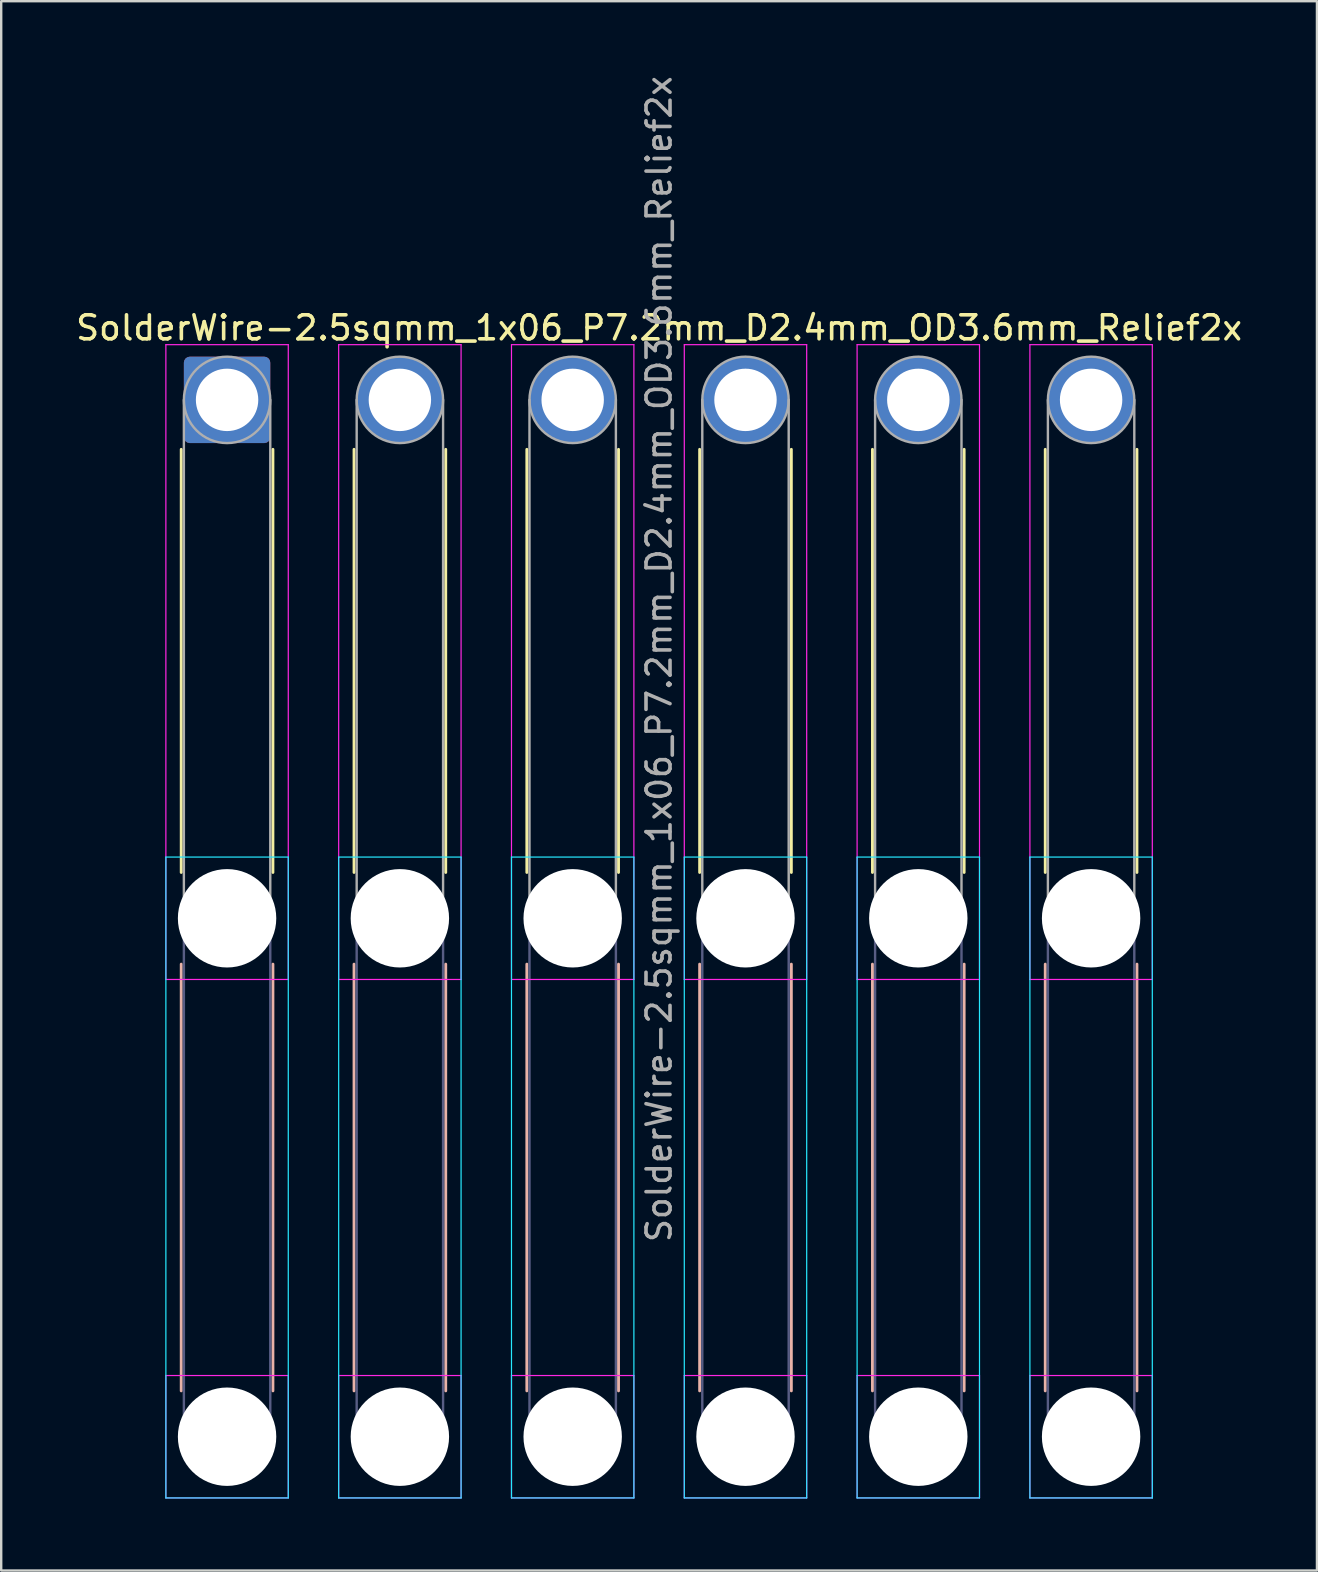
<source format=kicad_pcb>
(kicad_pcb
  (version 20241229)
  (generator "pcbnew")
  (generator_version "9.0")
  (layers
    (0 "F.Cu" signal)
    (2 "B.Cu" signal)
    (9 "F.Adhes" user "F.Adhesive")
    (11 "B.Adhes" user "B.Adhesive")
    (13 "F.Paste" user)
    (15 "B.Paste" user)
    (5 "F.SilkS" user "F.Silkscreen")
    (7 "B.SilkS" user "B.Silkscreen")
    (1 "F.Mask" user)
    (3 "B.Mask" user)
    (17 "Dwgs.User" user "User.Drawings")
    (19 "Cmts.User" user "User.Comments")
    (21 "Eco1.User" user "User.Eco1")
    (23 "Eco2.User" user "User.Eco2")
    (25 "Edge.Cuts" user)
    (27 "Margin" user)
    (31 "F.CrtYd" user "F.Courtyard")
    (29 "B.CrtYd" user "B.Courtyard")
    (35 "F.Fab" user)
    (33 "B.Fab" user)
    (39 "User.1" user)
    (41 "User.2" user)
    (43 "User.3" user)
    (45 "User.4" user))
  (footprint "SolderWire-2.5sqmm_1x06_P7.2mm_D2.4mm_OD3.6mm_Relief2x"
    (layer "F.Cu")
    (at 6.411 13.611)
    (property "Reference" "SolderWire-2.5sqmm_1x06_P7.2mm_D2.4mm_OD3.6mm_Relief2x" (at 18 -3 0) (layer "F.SilkS") (effects (font (size 1 1) (thickness 0.15))))
    (attr exclude_from_pos_files exclude_from_bom)
    (fp_line (start -1.91 2.06) (end -1.91 19.69) (stroke (width 0.12) (type solid)) (layer "F.SilkS"))
    (fp_line (start 1.91 2.06) (end 1.91 19.69) (stroke (width 0.12) (type solid)) (layer "F.SilkS"))
    (fp_line (start 5.29 2.06) (end 5.29 19.69) (stroke (width 0.12) (type solid)) (layer "F.SilkS"))
    (fp_line (start 9.11 2.06) (end 9.11 19.69) (stroke (width 0.12) (type solid)) (layer "F.SilkS"))
    (fp_line (start 12.49 2.06) (end 12.49 19.69) (stroke (width 0.12) (type solid)) (layer "F.SilkS"))
    (fp_line (start 16.31 2.06) (end 16.31 19.69) (stroke (width 0.12) (type solid)) (layer "F.SilkS"))
    (fp_line (start 19.69 2.06) (end 19.69 19.69) (stroke (width 0.12) (type solid)) (layer "F.SilkS"))
    (fp_line (start 23.51 2.06) (end 23.51 19.69) (stroke (width 0.12) (type solid)) (layer "F.SilkS"))
    (fp_line (start 26.89 2.06) (end 26.89 19.69) (stroke (width 0.12) (type solid)) (layer "F.SilkS"))
    (fp_line (start 30.71 2.06) (end 30.71 19.69) (stroke (width 0.12) (type solid)) (layer "F.SilkS"))
    (fp_line (start 34.09 2.06) (end 34.09 19.69) (stroke (width 0.12) (type solid)) (layer "F.SilkS"))
    (fp_line (start 37.91 2.06) (end 37.91 19.69) (stroke (width 0.12) (type solid)) (layer "F.SilkS"))
    (fp_line (start -1.91 23.51) (end -1.91 41.29) (stroke (width 0.12) (type solid)) (layer "B.SilkS"))
    (fp_line (start 1.91 23.51) (end 1.91 41.29) (stroke (width 0.12) (type solid)) (layer "B.SilkS"))
    (fp_line (start 5.29 23.51) (end 5.29 41.29) (stroke (width 0.12) (type solid)) (layer "B.SilkS"))
    (fp_line (start 9.11 23.51) (end 9.11 41.29) (stroke (width 0.12) (type solid)) (layer "B.SilkS"))
    (fp_line (start 12.49 23.51) (end 12.49 41.29) (stroke (width 0.12) (type solid)) (layer "B.SilkS"))
    (fp_line (start 16.31 23.51) (end 16.31 41.29) (stroke (width 0.12) (type solid)) (layer "B.SilkS"))
    (fp_line (start 19.69 23.51) (end 19.69 41.29) (stroke (width 0.12) (type solid)) (layer "B.SilkS"))
    (fp_line (start 23.51 23.51) (end 23.51 41.29) (stroke (width 0.12) (type solid)) (layer "B.SilkS"))
    (fp_line (start 26.89 23.51) (end 26.89 41.29) (stroke (width 0.12) (type solid)) (layer "B.SilkS"))
    (fp_line (start 30.71 23.51) (end 30.71 41.29) (stroke (width 0.12) (type solid)) (layer "B.SilkS"))
    (fp_line (start 34.09 23.51) (end 34.09 41.29) (stroke (width 0.12) (type solid)) (layer "B.SilkS"))
    (fp_line (start 37.91 23.51) (end 37.91 41.29) (stroke (width 0.12) (type solid)) (layer "B.SilkS"))
    (fp_line (start -2.55 19.05) (end -2.55 45.75) (stroke (width 0.05) (type solid)) (layer "B.CrtYd"))
    (fp_line (start -2.55 45.75) (end 2.55 45.75) (stroke (width 0.05) (type solid)) (layer "B.CrtYd"))
    (fp_line (start 2.55 19.05) (end -2.55 19.05) (stroke (width 0.05) (type solid)) (layer "B.CrtYd"))
    (fp_line (start 2.55 45.75) (end 2.55 19.05) (stroke (width 0.05) (type solid)) (layer "B.CrtYd"))
    (fp_line (start 4.65 19.05) (end 4.65 45.75) (stroke (width 0.05) (type solid)) (layer "B.CrtYd"))
    (fp_line (start 4.65 45.75) (end 9.75 45.75) (stroke (width 0.05) (type solid)) (layer "B.CrtYd"))
    (fp_line (start 9.75 19.05) (end 4.65 19.05) (stroke (width 0.05) (type solid)) (layer "B.CrtYd"))
    (fp_line (start 9.75 45.75) (end 9.75 19.05) (stroke (width 0.05) (type solid)) (layer "B.CrtYd"))
    (fp_line (start 11.85 19.05) (end 11.85 45.75) (stroke (width 0.05) (type solid)) (layer "B.CrtYd"))
    (fp_line (start 11.85 45.75) (end 16.95 45.75) (stroke (width 0.05) (type solid)) (layer "B.CrtYd"))
    (fp_line (start 16.95 19.05) (end 11.85 19.05) (stroke (width 0.05) (type solid)) (layer "B.CrtYd"))
    (fp_line (start 16.95 45.75) (end 16.95 19.05) (stroke (width 0.05) (type solid)) (layer "B.CrtYd"))
    (fp_line (start 19.05 19.05) (end 19.05 45.75) (stroke (width 0.05) (type solid)) (layer "B.CrtYd"))
    (fp_line (start 19.05 45.75) (end 24.15 45.75) (stroke (width 0.05) (type solid)) (layer "B.CrtYd"))
    (fp_line (start 24.15 19.05) (end 19.05 19.05) (stroke (width 0.05) (type solid)) (layer "B.CrtYd"))
    (fp_line (start 24.15 45.75) (end 24.15 19.05) (stroke (width 0.05) (type solid)) (layer "B.CrtYd"))
    (fp_line (start 26.25 19.05) (end 26.25 45.75) (stroke (width 0.05) (type solid)) (layer "B.CrtYd"))
    (fp_line (start 26.25 45.75) (end 31.35 45.75) (stroke (width 0.05) (type solid)) (layer "B.CrtYd"))
    (fp_line (start 31.35 19.05) (end 26.25 19.05) (stroke (width 0.05) (type solid)) (layer "B.CrtYd"))
    (fp_line (start 31.35 45.75) (end 31.35 19.05) (stroke (width 0.05) (type solid)) (layer "B.CrtYd"))
    (fp_line (start 33.45 19.05) (end 33.45 45.75) (stroke (width 0.05) (type solid)) (layer "B.CrtYd"))
    (fp_line (start 33.45 45.75) (end 38.55 45.75) (stroke (width 0.05) (type solid)) (layer "B.CrtYd"))
    (fp_line (start 38.55 19.05) (end 33.45 19.05) (stroke (width 0.05) (type solid)) (layer "B.CrtYd"))
    (fp_line (start 38.55 45.75) (end 38.55 19.05) (stroke (width 0.05) (type solid)) (layer "B.CrtYd"))
    (fp_line (start -2.55 -2.3) (end -2.55 24.15) (stroke (width 0.05) (type solid)) (layer "F.CrtYd"))
    (fp_line (start -2.55 24.15) (end 2.55 24.15) (stroke (width 0.05) (type solid)) (layer "F.CrtYd"))
    (fp_line (start -2.55 40.65) (end -2.55 45.75) (stroke (width 0.05) (type solid)) (layer "F.CrtYd"))
    (fp_line (start -2.55 45.75) (end 2.55 45.75) (stroke (width 0.05) (type solid)) (layer "F.CrtYd"))
    (fp_line (start 2.55 -2.3) (end -2.55 -2.3) (stroke (width 0.05) (type solid)) (layer "F.CrtYd"))
    (fp_line (start 2.55 24.15) (end 2.55 -2.3) (stroke (width 0.05) (type solid)) (layer "F.CrtYd"))
    (fp_line (start 2.55 40.65) (end -2.55 40.65) (stroke (width 0.05) (type solid)) (layer "F.CrtYd"))
    (fp_line (start 2.55 45.75) (end 2.55 40.65) (stroke (width 0.05) (type solid)) (layer "F.CrtYd"))
    (fp_line (start 4.65 -2.3) (end 4.65 24.15) (stroke (width 0.05) (type solid)) (layer "F.CrtYd"))
    (fp_line (start 4.65 24.15) (end 9.75 24.15) (stroke (width 0.05) (type solid)) (layer "F.CrtYd"))
    (fp_line (start 4.65 40.65) (end 4.65 45.75) (stroke (width 0.05) (type solid)) (layer "F.CrtYd"))
    (fp_line (start 4.65 45.75) (end 9.75 45.75) (stroke (width 0.05) (type solid)) (layer "F.CrtYd"))
    (fp_line (start 9.75 -2.3) (end 4.65 -2.3) (stroke (width 0.05) (type solid)) (layer "F.CrtYd"))
    (fp_line (start 9.75 24.15) (end 9.75 -2.3) (stroke (width 0.05) (type solid)) (layer "F.CrtYd"))
    (fp_line (start 9.75 40.65) (end 4.65 40.65) (stroke (width 0.05) (type solid)) (layer "F.CrtYd"))
    (fp_line (start 9.75 45.75) (end 9.75 40.65) (stroke (width 0.05) (type solid)) (layer "F.CrtYd"))
    (fp_line (start 11.85 -2.3) (end 11.85 24.15) (stroke (width 0.05) (type solid)) (layer "F.CrtYd"))
    (fp_line (start 11.85 24.15) (end 16.95 24.15) (stroke (width 0.05) (type solid)) (layer "F.CrtYd"))
    (fp_line (start 11.85 40.65) (end 11.85 45.75) (stroke (width 0.05) (type solid)) (layer "F.CrtYd"))
    (fp_line (start 11.85 45.75) (end 16.95 45.75) (stroke (width 0.05) (type solid)) (layer "F.CrtYd"))
    (fp_line (start 16.95 -2.3) (end 11.85 -2.3) (stroke (width 0.05) (type solid)) (layer "F.CrtYd"))
    (fp_line (start 16.95 24.15) (end 16.95 -2.3) (stroke (width 0.05) (type solid)) (layer "F.CrtYd"))
    (fp_line (start 16.95 40.65) (end 11.85 40.65) (stroke (width 0.05) (type solid)) (layer "F.CrtYd"))
    (fp_line (start 16.95 45.75) (end 16.95 40.65) (stroke (width 0.05) (type solid)) (layer "F.CrtYd"))
    (fp_line (start 19.05 -2.3) (end 19.05 24.15) (stroke (width 0.05) (type solid)) (layer "F.CrtYd"))
    (fp_line (start 19.05 24.15) (end 24.15 24.15) (stroke (width 0.05) (type solid)) (layer "F.CrtYd"))
    (fp_line (start 19.05 40.65) (end 19.05 45.75) (stroke (width 0.05) (type solid)) (layer "F.CrtYd"))
    (fp_line (start 19.05 45.75) (end 24.15 45.75) (stroke (width 0.05) (type solid)) (layer "F.CrtYd"))
    (fp_line (start 24.15 -2.3) (end 19.05 -2.3) (stroke (width 0.05) (type solid)) (layer "F.CrtYd"))
    (fp_line (start 24.15 24.15) (end 24.15 -2.3) (stroke (width 0.05) (type solid)) (layer "F.CrtYd"))
    (fp_line (start 24.15 40.65) (end 19.05 40.65) (stroke (width 0.05) (type solid)) (layer "F.CrtYd"))
    (fp_line (start 24.15 45.75) (end 24.15 40.65) (stroke (width 0.05) (type solid)) (layer "F.CrtYd"))
    (fp_line (start 26.25 -2.3) (end 26.25 24.15) (stroke (width 0.05) (type solid)) (layer "F.CrtYd"))
    (fp_line (start 26.25 24.15) (end 31.35 24.15) (stroke (width 0.05) (type solid)) (layer "F.CrtYd"))
    (fp_line (start 26.25 40.65) (end 26.25 45.75) (stroke (width 0.05) (type solid)) (layer "F.CrtYd"))
    (fp_line (start 26.25 45.75) (end 31.35 45.75) (stroke (width 0.05) (type solid)) (layer "F.CrtYd"))
    (fp_line (start 31.35 -2.3) (end 26.25 -2.3) (stroke (width 0.05) (type solid)) (layer "F.CrtYd"))
    (fp_line (start 31.35 24.15) (end 31.35 -2.3) (stroke (width 0.05) (type solid)) (layer "F.CrtYd"))
    (fp_line (start 31.35 40.65) (end 26.25 40.65) (stroke (width 0.05) (type solid)) (layer "F.CrtYd"))
    (fp_line (start 31.35 45.75) (end 31.35 40.65) (stroke (width 0.05) (type solid)) (layer "F.CrtYd"))
    (fp_line (start 33.45 -2.3) (end 33.45 24.15) (stroke (width 0.05) (type solid)) (layer "F.CrtYd"))
    (fp_line (start 33.45 24.15) (end 38.55 24.15) (stroke (width 0.05) (type solid)) (layer "F.CrtYd"))
    (fp_line (start 33.45 40.65) (end 33.45 45.75) (stroke (width 0.05) (type solid)) (layer "F.CrtYd"))
    (fp_line (start 33.45 45.75) (end 38.55 45.75) (stroke (width 0.05) (type solid)) (layer "F.CrtYd"))
    (fp_line (start 38.55 -2.3) (end 33.45 -2.3) (stroke (width 0.05) (type solid)) (layer "F.CrtYd"))
    (fp_line (start 38.55 24.15) (end 38.55 -2.3) (stroke (width 0.05) (type solid)) (layer "F.CrtYd"))
    (fp_line (start 38.55 40.65) (end 33.45 40.65) (stroke (width 0.05) (type solid)) (layer "F.CrtYd"))
    (fp_line (start 38.55 45.75) (end 38.55 40.65) (stroke (width 0.05) (type solid)) (layer "F.CrtYd"))
    (fp_line (start -1.8 21.6) (end -1.8 43.2) (stroke (width 0.1) (type solid)) (layer "B.Fab"))
    (fp_line (start 1.8 21.6) (end 1.8 43.2) (stroke (width 0.1) (type solid)) (layer "B.Fab"))
    (fp_line (start 5.4 21.6) (end 5.4 43.2) (stroke (width 0.1) (type solid)) (layer "B.Fab"))
    (fp_line (start 9 21.6) (end 9 43.2) (stroke (width 0.1) (type solid)) (layer "B.Fab"))
    (fp_line (start 12.6 21.6) (end 12.6 43.2) (stroke (width 0.1) (type solid)) (layer "B.Fab"))
    (fp_line (start 16.2 21.6) (end 16.2 43.2) (stroke (width 0.1) (type solid)) (layer "B.Fab"))
    (fp_line (start 19.8 21.6) (end 19.8 43.2) (stroke (width 0.1) (type solid)) (layer "B.Fab"))
    (fp_line (start 23.4 21.6) (end 23.4 43.2) (stroke (width 0.1) (type solid)) (layer "B.Fab"))
    (fp_line (start 27 21.6) (end 27 43.2) (stroke (width 0.1) (type solid)) (layer "B.Fab"))
    (fp_line (start 30.6 21.6) (end 30.6 43.2) (stroke (width 0.1) (type solid)) (layer "B.Fab"))
    (fp_line (start 34.2 21.6) (end 34.2 43.2) (stroke (width 0.1) (type solid)) (layer "B.Fab"))
    (fp_line (start 37.8 21.6) (end 37.8 43.2) (stroke (width 0.1) (type solid)) (layer "B.Fab"))
    (fp_circle (center 0 21.6) (end 1.8 21.6) (stroke (width 0.1) (type solid)) (fill no) (layer "B.Fab"))
    (fp_circle (center 0 43.2) (end 1.8 43.2) (stroke (width 0.1) (type solid)) (fill no) (layer "B.Fab"))
    (fp_circle (center 7.2 21.6) (end 9 21.6) (stroke (width 0.1) (type solid)) (fill no) (layer "B.Fab"))
    (fp_circle (center 7.2 43.2) (end 9 43.2) (stroke (width 0.1) (type solid)) (fill no) (layer "B.Fab"))
    (fp_circle (center 14.4 21.6) (end 16.2 21.6) (stroke (width 0.1) (type solid)) (fill no) (layer "B.Fab"))
    (fp_circle (center 14.4 43.2) (end 16.2 43.2) (stroke (width 0.1) (type solid)) (fill no) (layer "B.Fab"))
    (fp_circle (center 21.6 21.6) (end 23.4 21.6) (stroke (width 0.1) (type solid)) (fill no) (layer "B.Fab"))
    (fp_circle (center 21.6 43.2) (end 23.4 43.2) (stroke (width 0.1) (type solid)) (fill no) (layer "B.Fab"))
    (fp_circle (center 28.8 21.6) (end 30.6 21.6) (stroke (width 0.1) (type solid)) (fill no) (layer "B.Fab"))
    (fp_circle (center 28.8 43.2) (end 30.6 43.2) (stroke (width 0.1) (type solid)) (fill no) (layer "B.Fab"))
    (fp_circle (center 36 21.6) (end 37.8 21.6) (stroke (width 0.1) (type solid)) (fill no) (layer "B.Fab"))
    (fp_circle (center 36 43.2) (end 37.8 43.2) (stroke (width 0.1) (type solid)) (fill no) (layer "B.Fab"))
    (fp_line (start -1.8 0) (end -1.8 21.6) (stroke (width 0.1) (type solid)) (layer "F.Fab"))
    (fp_line (start 1.8 0) (end 1.8 21.6) (stroke (width 0.1) (type solid)) (layer "F.Fab"))
    (fp_line (start 5.4 0) (end 5.4 21.6) (stroke (width 0.1) (type solid)) (layer "F.Fab"))
    (fp_line (start 9 0) (end 9 21.6) (stroke (width 0.1) (type solid)) (layer "F.Fab"))
    (fp_line (start 12.6 0) (end 12.6 21.6) (stroke (width 0.1) (type solid)) (layer "F.Fab"))
    (fp_line (start 16.2 0) (end 16.2 21.6) (stroke (width 0.1) (type solid)) (layer "F.Fab"))
    (fp_line (start 19.8 0) (end 19.8 21.6) (stroke (width 0.1) (type solid)) (layer "F.Fab"))
    (fp_line (start 23.4 0) (end 23.4 21.6) (stroke (width 0.1) (type solid)) (layer "F.Fab"))
    (fp_line (start 27 0) (end 27 21.6) (stroke (width 0.1) (type solid)) (layer "F.Fab"))
    (fp_line (start 30.6 0) (end 30.6 21.6) (stroke (width 0.1) (type solid)) (layer "F.Fab"))
    (fp_line (start 34.2 0) (end 34.2 21.6) (stroke (width 0.1) (type solid)) (layer "F.Fab"))
    (fp_line (start 37.8 0) (end 37.8 21.6) (stroke (width 0.1) (type solid)) (layer "F.Fab"))
    (fp_circle (center 0 0) (end 1.8 0) (stroke (width 0.1) (type solid)) (fill no) (layer "F.Fab"))
    (fp_circle (center 0 21.6) (end 1.8 21.6) (stroke (width 0.1) (type solid)) (fill no) (layer "F.Fab"))
    (fp_circle (center 0 43.2) (end 1.8 43.2) (stroke (width 0.1) (type solid)) (fill no) (layer "F.Fab"))
    (fp_circle (center 7.2 0) (end 9 0) (stroke (width 0.1) (type solid)) (fill no) (layer "F.Fab"))
    (fp_circle (center 7.2 21.6) (end 9 21.6) (stroke (width 0.1) (type solid)) (fill no) (layer "F.Fab"))
    (fp_circle (center 7.2 43.2) (end 9 43.2) (stroke (width 0.1) (type solid)) (fill no) (layer "F.Fab"))
    (fp_circle (center 14.4 0) (end 16.2 0) (stroke (width 0.1) (type solid)) (fill no) (layer "F.Fab"))
    (fp_circle (center 14.4 21.6) (end 16.2 21.6) (stroke (width 0.1) (type solid)) (fill no) (layer "F.Fab"))
    (fp_circle (center 14.4 43.2) (end 16.2 43.2) (stroke (width 0.1) (type solid)) (fill no) (layer "F.Fab"))
    (fp_circle (center 21.6 0) (end 23.4 0) (stroke (width 0.1) (type solid)) (fill no) (layer "F.Fab"))
    (fp_circle (center 21.6 21.6) (end 23.4 21.6) (stroke (width 0.1) (type solid)) (fill no) (layer "F.Fab"))
    (fp_circle (center 21.6 43.2) (end 23.4 43.2) (stroke (width 0.1) (type solid)) (fill no) (layer "F.Fab"))
    (fp_circle (center 28.8 0) (end 30.6 0) (stroke (width 0.1) (type solid)) (fill no) (layer "F.Fab"))
    (fp_circle (center 28.8 21.6) (end 30.6 21.6) (stroke (width 0.1) (type solid)) (fill no) (layer "F.Fab"))
    (fp_circle (center 28.8 43.2) (end 30.6 43.2) (stroke (width 0.1) (type solid)) (fill no) (layer "F.Fab"))
    (fp_circle (center 36 0) (end 37.8 0) (stroke (width 0.1) (type solid)) (fill no) (layer "F.Fab"))
    (fp_circle (center 36 21.6) (end 37.8 21.6) (stroke (width 0.1) (type solid)) (fill no) (layer "F.Fab"))
    (fp_circle (center 36 43.2) (end 37.8 43.2) (stroke (width 0.1) (type solid)) (fill no) (layer "F.Fab"))
    (fp_text user "${REFERENCE}" (at 18 10.8 90) (layer "F.Fab") (effects (font (size 1 1) (thickness 0.15))))
    (pad "" np_thru_hole circle (at 0 21.6) (size 4.1 4.1) (drill 4.1) (layers "*.Cu" "*.Mask"))
    (pad "" np_thru_hole circle (at 0 43.2) (size 4.1 4.1) (drill 4.1) (layers "*.Cu" "*.Mask"))
    (pad "" np_thru_hole circle (at 7.2 21.6) (size 4.1 4.1) (drill 4.1) (layers "*.Cu" "*.Mask"))
    (pad "" np_thru_hole circle (at 7.2 43.2) (size 4.1 4.1) (drill 4.1) (layers "*.Cu" "*.Mask"))
    (pad "" np_thru_hole circle (at 14.4 21.6) (size 4.1 4.1) (drill 4.1) (layers "*.Cu" "*.Mask"))
    (pad "" np_thru_hole circle (at 14.4 43.2) (size 4.1 4.1) (drill 4.1) (layers "*.Cu" "*.Mask"))
    (pad "" np_thru_hole circle (at 21.6 21.6) (size 4.1 4.1) (drill 4.1) (layers "*.Cu" "*.Mask"))
    (pad "" np_thru_hole circle (at 21.6 43.2) (size 4.1 4.1) (drill 4.1) (layers "*.Cu" "*.Mask"))
    (pad "" np_thru_hole circle (at 28.8 21.6) (size 4.1 4.1) (drill 4.1) (layers "*.Cu" "*.Mask"))
    (pad "" np_thru_hole circle (at 28.8 43.2) (size 4.1 4.1) (drill 4.1) (layers "*.Cu" "*.Mask"))
    (pad "" np_thru_hole circle (at 36 21.6) (size 4.1 4.1) (drill 4.1) (layers "*.Cu" "*.Mask"))
    (pad "" np_thru_hole circle (at 36 43.2) (size 4.1 4.1) (drill 4.1) (layers "*.Cu" "*.Mask"))
    (pad "1" thru_hole roundrect (at 0 0) (size 3.6 3.6) (drill 2.6) (layers "*.Cu" "*.Mask") (roundrect_rratio 0.069))
    (pad "2" thru_hole circle (at 7.2 0) (size 3.6 3.6) (drill 2.6) (layers "*.Cu" "*.Mask"))
    (pad "3" thru_hole circle (at 14.4 0) (size 3.6 3.6) (drill 2.6) (layers "*.Cu" "*.Mask"))
    (pad "4" thru_hole circle (at 21.6 0) (size 3.6 3.6) (drill 2.6) (layers "*.Cu" "*.Mask"))
    (pad "5" thru_hole circle (at 28.8 0) (size 3.6 3.6) (drill 2.6) (layers "*.Cu" "*.Mask"))
    (pad "6" thru_hole circle (at 36 0) (size 3.6 3.6) (drill 2.6) (layers "*.Cu" "*.Mask")))
  (gr_rect
    (start -3 -3)
    (end 51.821 62.386)
    (stroke (width 0.1) (type default))
    (fill no)
    (layer "Edge.Cuts")))
</source>
